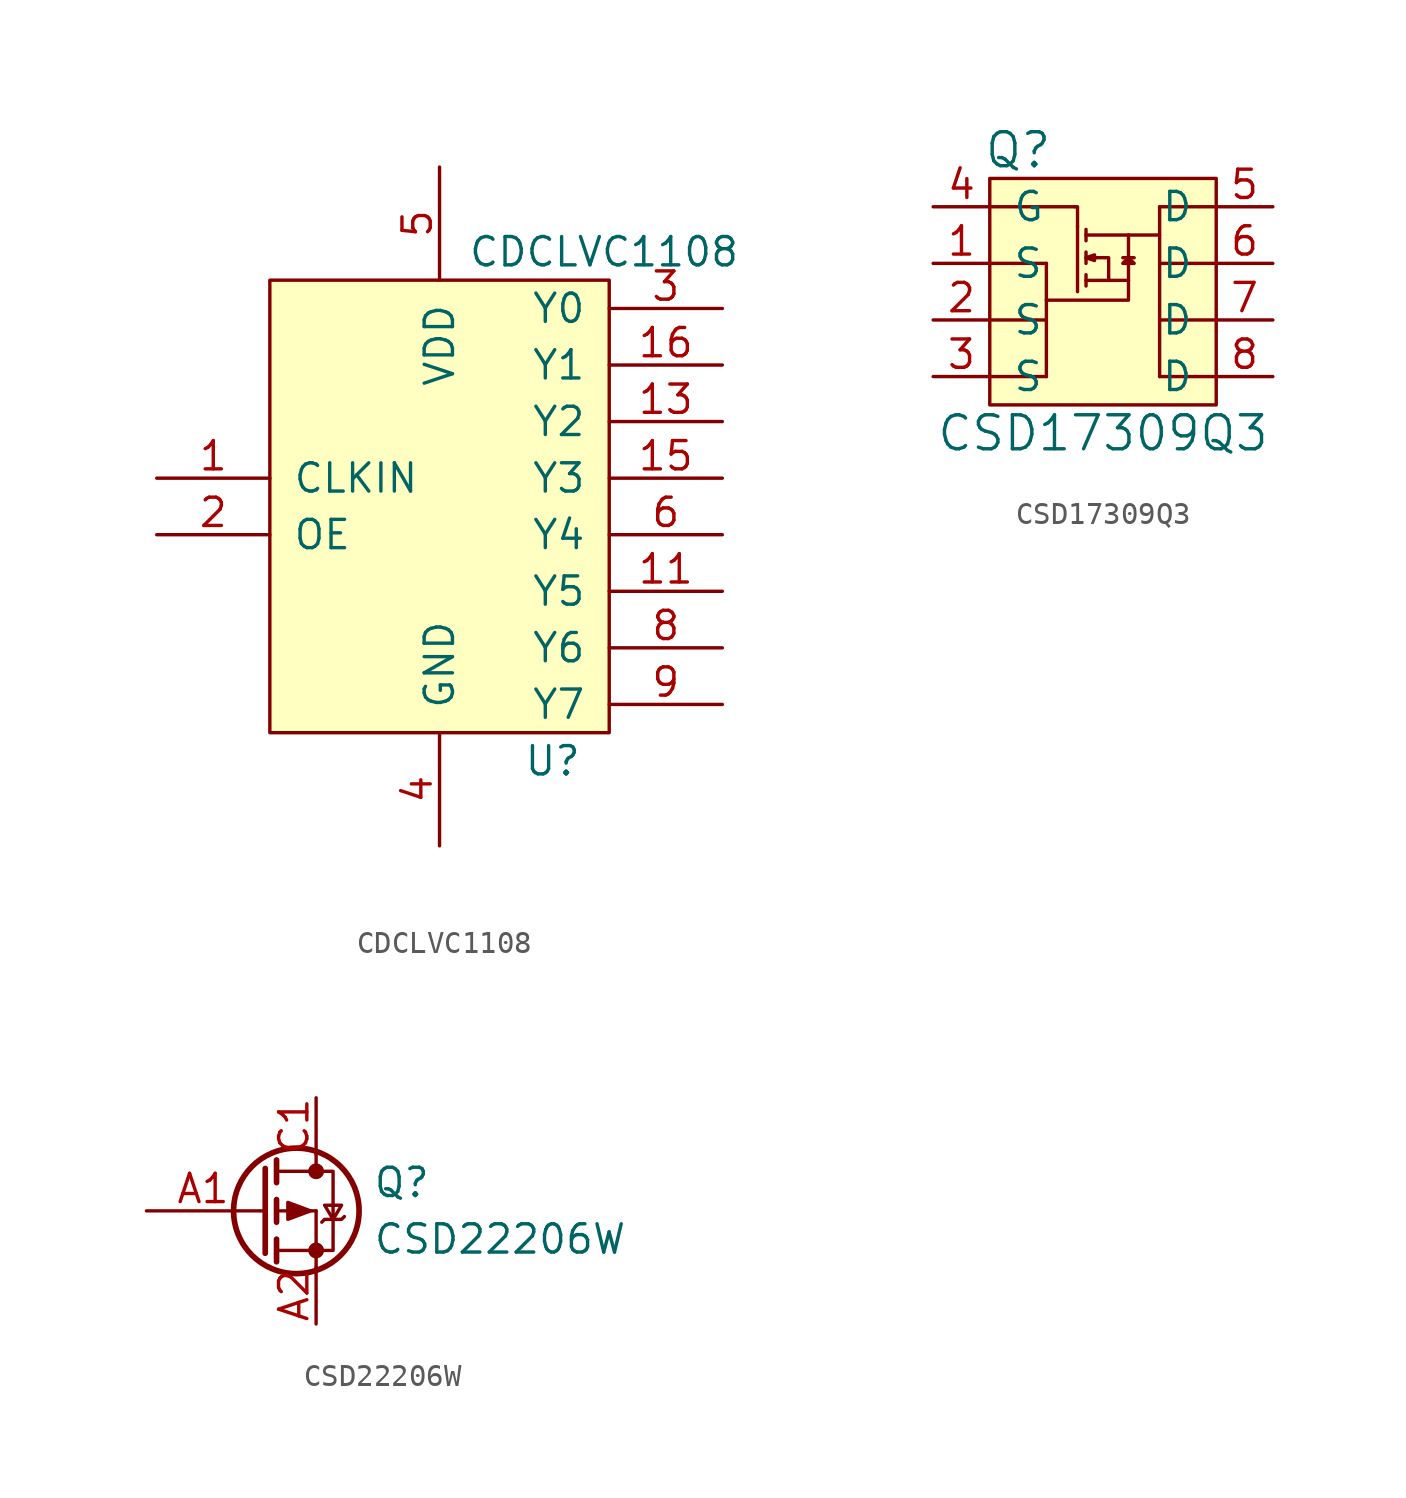
<source format=kicad_sym>
(kicad_symbol_lib
  (version 20241209)
  (generator "kicad_symbol_editor")
  (generator_version "9.0")
  (symbol "CDCLVC1108"
    (pin_names
      (offset 1.016))
    (property "Reference" "U"
      (at 5.08 -11.43 0)
      (effects (font (size 1.27 1.27))))
    (property "Value" "CDCLVC1108"
      (at 1.27 11.43 0)
      (effects (font (size 1.27 1.27)) (justify left)))
    (symbol "CDCLVC1108_0_1"
      (rectangle (start -7.62 10.16) (end 7.62 -10.16) (stroke (width 0) (type solid)) (fill (type background))))
    (symbol "CDCLVC1108_1_1"
      (pin input line (at -12.7 1.27 0) (length 5.08) (name "CLKIN" (effects (font (size 1.27 1.27)))) (number "1" (effects (font (size 1.27 1.27)))))
      (pin input line (at -12.7 -1.27 0) (length 5.08) (name "OE" (effects (font (size 1.27 1.27)))) (number "2" (effects (font (size 1.27 1.27)))))
      (pin passive line (at 0 15.24 270) (length 5.08) (hide yes) (name "VDD" (effects (font (size 1.27 1.27)))) (number "10" (effects (font (size 1.27 1.27)))))
      (pin passive line (at 0 15.24 270) (length 5.08) (hide yes) (name "VDD" (effects (font (size 1.27 1.27)))) (number "14" (effects (font (size 1.27 1.27)))))
      (pin power_in line (at 0 15.24 270) (length 5.08) (name "VDD" (effects (font (size 1.27 1.27)))) (number "5" (effects (font (size 1.27 1.27)))))
      (pin passive line (at 0 -15.24 90) (length 5.08) (hide yes) (name "GND" (effects (font (size 1.27 1.27)))) (number "12" (effects (font (size 1.27 1.27)))))
      (pin power_in line (at 0 -15.24 90) (length 5.08) (name "GND" (effects (font (size 1.27 1.27)))) (number "4" (effects (font (size 1.27 1.27)))))
      (pin passive line (at 0 -15.24 90) (length 5.08) (hide yes) (name "GND" (effects (font (size 1.27 1.27)))) (number "7" (effects (font (size 1.27 1.27)))))
      (pin output line (at 12.7 8.89 180) (length 5.08) (name "Y0" (effects (font (size 1.27 1.27)))) (number "3" (effects (font (size 1.27 1.27)))))
      (pin output line (at 12.7 6.35 180) (length 5.08) (name "Y1" (effects (font (size 1.27 1.27)))) (number "16" (effects (font (size 1.27 1.27)))))
      (pin output line (at 12.7 3.81 180) (length 5.08) (name "Y2" (effects (font (size 1.27 1.27)))) (number "13" (effects (font (size 1.27 1.27)))))
      (pin output line (at 12.7 1.27 180) (length 5.08) (name "Y3" (effects (font (size 1.27 1.27)))) (number "15" (effects (font (size 1.27 1.27)))))
      (pin output line (at 12.7 -1.27 180) (length 5.08) (name "Y4" (effects (font (size 1.27 1.27)))) (number "6" (effects (font (size 1.27 1.27)))))
      (pin output line (at 12.7 -3.81 180) (length 5.08) (name "Y5" (effects (font (size 1.27 1.27)))) (number "11" (effects (font (size 1.27 1.27)))))
      (pin output line (at 12.7 -6.35 180) (length 5.08) (name "Y6" (effects (font (size 1.27 1.27)))) (number "8" (effects (font (size 1.27 1.27)))))
      (pin output line (at 12.7 -8.89 180) (length 5.08) (name "Y7" (effects (font (size 1.27 1.27)))) (number "9" (effects (font (size 1.27 1.27)))))))
  (symbol "CSD17309Q3"
    (pin_names
      (offset 1.016))
    (property "Reference" "Q"
      (at -5.08 7.62 0)
      (effects (font (size 1.524 1.524))))
    (property "Value" "CSD17309Q3"
      (at -1.27 -5.08 0)
      (effects (font (size 1.524 1.524))))
    (symbol "CSD17309Q3_0_1"
      (rectangle (start -6.35 6.35) (end 3.81 -3.81) (stroke (width 0) (type solid)) (fill (type background)))
      (polyline (pts (xy -6.35 5.08) (xy -2.54 5.08)) (stroke (width 0) (type solid)) (fill (type none)))
      (polyline (pts (xy -6.35 2.54) (xy -3.81 2.54)) (stroke (width 0) (type solid)) (fill (type none)))
      (polyline (pts (xy -6.35 0) (xy -3.81 0)) (stroke (width 0) (type solid)) (fill (type none)))
      (polyline (pts (xy -6.35 -2.54) (xy -3.81 -2.54)) (stroke (width 0) (type solid)) (fill (type none)))
      (polyline (pts (xy -3.81 2.54) (xy -3.81 -2.54)) (stroke (width 0) (type solid)) (fill (type none)))
      (polyline (pts (xy -3.81 0.889) (xy -0.127 0.889) (xy -0.127 1.778)) (stroke (width 0) (type solid)) (fill (type none)))
      (polyline (pts (xy -2.413 4.191) (xy -2.413 1.27)) (stroke (width 0) (type solid)) (fill (type none)))
      (polyline (pts (xy -2.413 4.191) (xy -2.413 5.08) (xy -2.54 5.08)) (stroke (width 0) (type solid)) (fill (type none)))
      (polyline (pts (xy -2.032 4.064) (xy -2.032 3.556)) (stroke (width 0) (type solid)) (fill (type none)))
      (polyline (pts (xy -2.032 3.81) (xy -0.127 3.81)) (stroke (width 0) (type solid)) (fill (type none)))
      (polyline (pts (xy -2.032 3.048) (xy -2.032 2.54)) (stroke (width 0) (type solid)) (fill (type none)))
      (polyline (pts (xy -2.032 2.794) (xy -1.016 2.794) (xy -1.016 1.778)) (stroke (width 0) (type solid)) (fill (type none)))
      (polyline (pts (xy -2.032 2.794) (xy -1.651 2.921) (xy -1.651 2.667) (xy -2.032 2.794)) (stroke (width 0) (type solid)) (fill (type none)))
      (polyline (pts (xy -2.032 2.032) (xy -2.032 1.524)) (stroke (width 0) (type solid)) (fill (type none)))
      (polyline (pts (xy -2.032 1.778) (xy -0.127 1.778)) (stroke (width 0) (type solid)) (fill (type none)))
      (polyline (pts (xy -0.381 2.794) (xy 0.127 2.794)) (stroke (width 0) (type solid)) (fill (type none)))
      (polyline (pts (xy -0.127 3.81) (xy 1.27 3.81)) (stroke (width 0) (type solid)) (fill (type none)))
      (polyline (pts (xy -0.127 2.794) (xy -0.381 2.54) (xy 0.127 2.54) (xy -0.127 2.794)) (stroke (width 0) (type solid)) (fill (type outline)))
      (polyline (pts (xy -0.127 1.778) (xy -0.127 3.81)) (stroke (width 0) (type solid)) (fill (type none)))
      (polyline (pts (xy 1.27 5.08) (xy 1.27 -2.54)) (stroke (width 0) (type solid)) (fill (type none)))
      (polyline (pts (xy 3.81 5.08) (xy 1.27 5.08)) (stroke (width 0) (type solid)) (fill (type none)))
      (polyline (pts (xy 3.81 2.54) (xy 1.27 2.54)) (stroke (width 0) (type solid)) (fill (type none)))
      (polyline (pts (xy 3.81 0) (xy 1.27 0)) (stroke (width 0) (type solid)) (fill (type none)))
      (polyline (pts (xy 3.81 -2.54) (xy 1.27 -2.54)) (stroke (width 0) (type solid)) (fill (type none))))
    (symbol "CSD17309Q3_1_1"
      (pin input line (at -8.89 5.08 0) (length 2.54) (name "G" (effects (font (size 1.27 1.27)))) (number "4" (effects (font (size 1.27 1.27)))))
      (pin bidirectional line (at -8.89 2.54 0) (length 2.54) (name "S" (effects (font (size 1.27 1.27)))) (number "1" (effects (font (size 1.27 1.27)))))
      (pin bidirectional line (at -8.89 0 0) (length 2.54) (name "S" (effects (font (size 1.27 1.27)))) (number "2" (effects (font (size 1.27 1.27)))))
      (pin bidirectional line (at -8.89 -2.54 0) (length 2.54) (name "S" (effects (font (size 1.27 1.27)))) (number "3" (effects (font (size 1.27 1.27)))))
      (pin bidirectional line (at 6.35 5.08 180) (length 2.54) (name "D" (effects (font (size 1.27 1.27)))) (number "5" (effects (font (size 1.27 1.27)))))
      (pin bidirectional line (at 6.35 2.54 180) (length 2.54) (name "D" (effects (font (size 1.27 1.27)))) (number "6" (effects (font (size 1.27 1.27)))))
      (pin bidirectional line (at 6.35 0 180) (length 2.54) (name "D" (effects (font (size 1.27 1.27)))) (number "7" (effects (font (size 1.27 1.27)))))
      (pin bidirectional line (at 6.35 -2.54 180) (length 2.54) (name "D" (effects (font (size 1.27 1.27)))) (number "8" (effects (font (size 1.27 1.27)))))))
  (symbol "CSD22206W"
    (pin_names
      (offset 0)
      (hide yes))
    (property "Reference" "Q"
      (at 5.08 1.27 0)
      (effects (font (size 1.27 1.27)) (justify left)))
    (property "Value" "CSD22206W"
      (at 5.08 -1.27 0)
      (effects (font (size 1.27 1.27)) (justify left)))
    (symbol "CSD22206W_0_1"
      (polyline (pts (xy 0.051 0) (xy 0.254 0)) (stroke (width 0) (type solid)) (fill (type none)))
      (polyline (pts (xy 0.254 1.905) (xy 0.254 -1.905) (xy 0.254 -1.905)) (stroke (width 0.254) (type solid)) (fill (type none)))
      (polyline (pts (xy 0.762 2.286) (xy 0.762 1.27)) (stroke (width 0.254) (type solid)) (fill (type none)))
      (polyline (pts (xy 0.762 1.778) (xy 2.54 1.778)) (stroke (width 0) (type solid)) (fill (type none)))
      (polyline (pts (xy 0.762 0.508) (xy 0.762 -0.508)) (stroke (width 0.254) (type solid)) (fill (type none)))
      (polyline (pts (xy 0.762 0) (xy 2.54 0)) (stroke (width 0) (type solid)) (fill (type none)))
      (polyline (pts (xy 0.762 -1.27) (xy 0.762 -2.286)) (stroke (width 0.254) (type solid)) (fill (type none)))
      (polyline (pts (xy 0.762 -1.778) (xy 2.54 -1.778)) (stroke (width 0) (type solid)) (fill (type none)))
      (circle (center 1.651 0) (radius 2.819) (stroke (width 0.254) (type solid)) (fill (type none)))
      (polyline (pts (xy 2.286 0) (xy 1.27 -0.381) (xy 1.27 0.381) (xy 2.286 0)) (stroke (width 0) (type solid)) (fill (type outline)))
      (polyline (pts (xy 2.54 2.54) (xy 2.54 1.778)) (stroke (width 0) (type solid)) (fill (type none)))
      (circle (center 2.54 1.778) (radius 0.279) (stroke (width 0) (type solid)) (fill (type outline)))
      (polyline (pts (xy 2.54 -1.778) (xy 2.54 0)) (stroke (width 0) (type solid)) (fill (type none)))
      (polyline (pts (xy 2.54 -1.778) (xy 2.54 -2.54)) (stroke (width 0) (type solid)) (fill (type none)))
      (polyline (pts (xy 2.54 -1.778) (xy 3.302 -1.778) (xy 3.302 1.778) (xy 2.54 1.778)) (stroke (width 0) (type solid)) (fill (type none)))
      (circle (center 2.54 -1.778) (radius 0.279) (stroke (width 0) (type solid)) (fill (type outline)))
      (polyline (pts (xy 2.794 -0.508) (xy 2.921 -0.381) (xy 3.683 -0.381) (xy 3.81 -0.254)) (stroke (width 0) (type solid)) (fill (type none)))
      (polyline (pts (xy 3.302 -0.381) (xy 2.921 0.254) (xy 3.683 0.254) (xy 3.302 -0.381)) (stroke (width 0) (type solid)) (fill (type none))))
    (symbol "CSD22206W_1_1"
      (pin input line (at -5.08 0 0) (length 5.08) (name "G" (effects (font (size 1.27 1.27)))) (number "A1" (effects (font (size 1.27 1.27)))))
      (pin passive line (at 2.54 5.08 270) (length 2.54) (name "D" (effects (font (size 1.27 1.27)))) (number "C1" (effects (font (size 1.27 1.27)))))
      (pin passive line (at 2.54 5.08 270) (length 2.54) (hide yes) (name "D" (effects (font (size 1.27 1.27)))) (number "C2" (effects (font (size 1.27 1.27)))))
      (pin passive line (at 2.54 5.08 270) (length 2.54) (hide yes) (name "D" (effects (font (size 1.27 1.27)))) (number "C3" (effects (font (size 1.27 1.27)))))
      (pin passive line (at 2.54 -5.08 90) (length 2.54) (name "S" (effects (font (size 1.27 1.27)))) (number "A2" (effects (font (size 1.27 1.27)))))
      (pin passive line (at 2.54 -5.08 90) (length 2.54) (hide yes) (name "S" (effects (font (size 1.27 1.27)))) (number "A3" (effects (font (size 1.27 1.27)))))
      (pin passive line (at 2.54 -5.08 90) (length 2.54) (hide yes) (name "S" (effects (font (size 1.27 1.27)))) (number "B1" (effects (font (size 1.27 1.27)))))
      (pin passive line (at 2.54 -5.08 90) (length 2.54) (hide yes) (name "S" (effects (font (size 1.27 1.27)))) (number "B2" (effects (font (size 1.27 1.27)))))
      (pin passive line (at 2.54 -5.08 90) (length 2.54) (hide yes) (name "S" (effects (font (size 1.27 1.27)))) (number "B3" (effects (font (size 1.27 1.27))))))))
</source>
